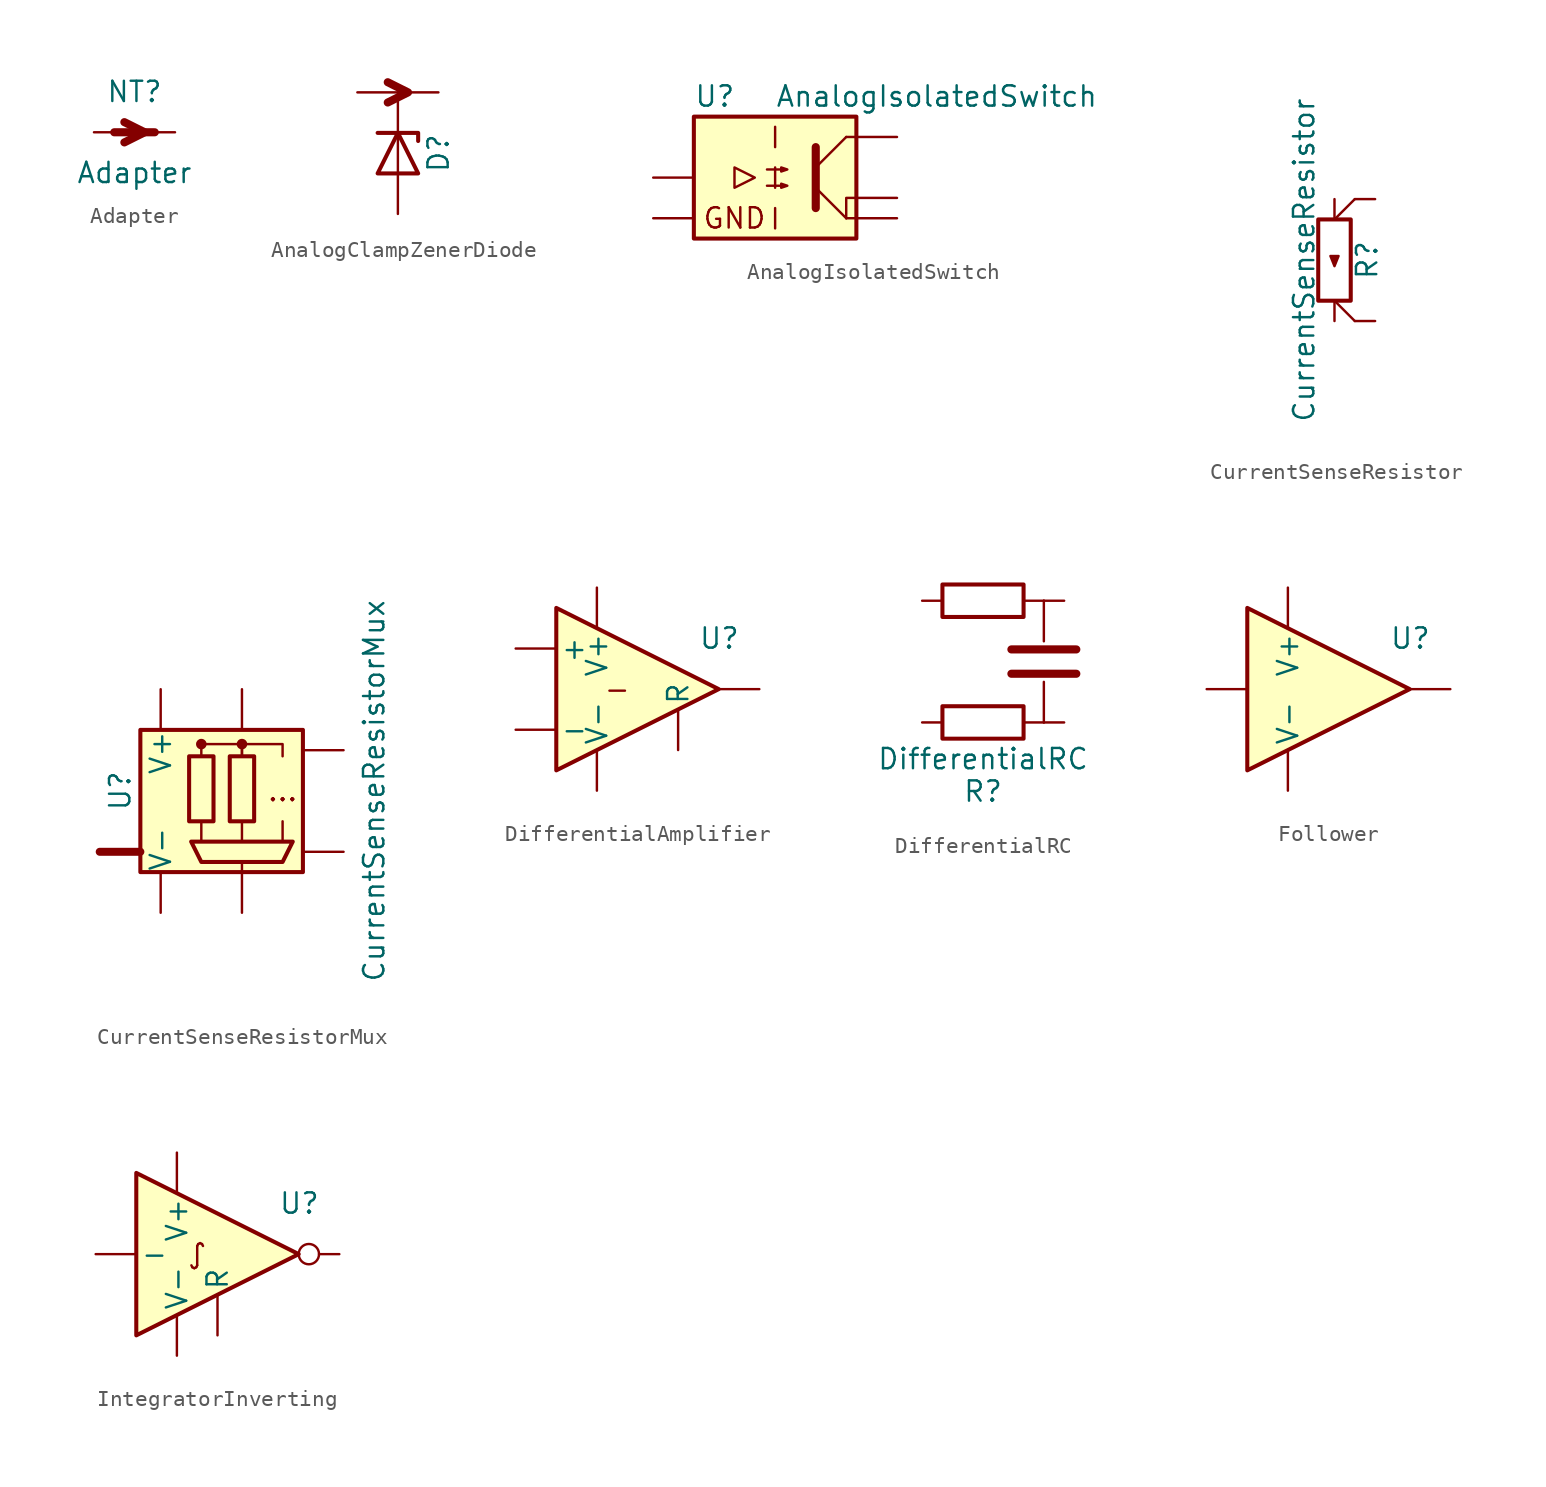
<source format=kicad_sym>
(kicad_symbol_lib
  (version 20231120)
  (generator "kicad_symbol_editor")
  (generator_version "8.0")
  (symbol "Adapter"
    (pin_numbers hide)
    (pin_names
      (offset 0) hide)
    (property "Reference" "NT"
      (at 0 2.54 0)
      (effects (font (size 1.27 1.27))))
    (property "Value" "Adapter"
      (at 0 -2.54 0)
      (effects (font (size 1.27 1.27))))
    (symbol "Adapter_0_1"
      (polyline (pts (xy -1.27 0) (xy 1.27 0)) (stroke (width 0.508) (type default)) (fill (type none)))
      (polyline (pts (xy -0.635 0.635) (xy 0.635 0) (xy -0.635 -0.635)) (stroke (width 0.508) (type default)) (fill (type none))))
    (symbol "Adapter_1_1"
      (pin passive line (at -2.54 0 0) (length 2.54) (name "~" (effects (font (size 1.27 1.27)))) (number "1" (effects (font (size 1.27 1.27)))))
      (pin passive line (at 2.54 0 180) (length 2.54) (name "" (effects (font (size 1.27 1.27)))) (number "2" (effects (font (size 1.27 1.27)))))))
  (symbol "AnalogClampZenerDiode"
    (pin_numbers hide)
    (pin_names
      (offset 1.016) hide)
    (property "Reference" "D"
      (at 2.54 0 90)
      (effects (font (size 1.27 1.27))))
    (property "Value" ""
      (at -2.54 0 90)
      (effects (font (size 1.27 1.27))))
    (symbol "AnalogClampZenerDiode_0_1"
      (polyline (pts (xy 0 -1.27) (xy 0 1.27)) (stroke (width 0) (type default)) (fill (type none)))
      (polyline (pts (xy 0 1.27) (xy 0 3.81)) (stroke (width 0) (type default)) (fill (type none)))
      (polyline (pts (xy -1.27 1.27) (xy 1.27 1.27) (xy 1.27 0.762)) (stroke (width 0.254) (type default)) (fill (type none)))
      (polyline (pts (xy -0.635 4.445) (xy 0.635 3.81) (xy -0.635 3.175)) (stroke (width 0.508) (type default)) (fill (type none)))
      (polyline (pts (xy -1.27 -1.27) (xy 1.27 -1.27) (xy 0 1.27) (xy -1.27 -1.27)) (stroke (width 0.254) (type default)) (fill (type none))))
    (symbol "AnalogClampZenerDiode_1_1"
      (pin passive line (at -2.54 3.81 0) (length 2.54) (name "IN" (effects (font (size 1.27 1.27)))) (number "1" (effects (font (size 1.27 1.27)))))
      (pin passive line (at 2.54 3.81 180) (length 2.54) (name "OUT" (effects (font (size 1.27 1.27)))) (number "2" (effects (font (size 1.27 1.27)))))
      (pin passive line (at 0 -3.81 90) (length 2.54) (name "GND" (effects (font (size 1.27 1.27)))) (number "3" (effects (font (size 1.27 1.27)))))))
  (symbol "AnalogIsolatedSwitch"
    (pin_numbers hide)
    (pin_names hide)
    (property "Reference" "U"
      (at -5.08 5.08 0)
      (effects (font (size 1.27 1.27)) (justify left)))
    (property "Value" "AnalogIsolatedSwitch"
      (at 0 5.08 0)
      (effects (font (size 1.27 1.27)) (justify left)))
    (symbol "AnalogIsolatedSwitch_0_0"
      (text "GND" (at -2.54 -2.54 0) (effects (font (size 1.27 1.27)))))
    (symbol "AnalogIsolatedSwitch_0_1"
      (rectangle (start -5.08 3.81) (end 5.08 -3.81) (stroke (width 0.254) (type default)) (fill (type background)))
      (polyline (pts (xy 0 -1.905) (xy 0 -3.175)) (stroke (width 0) (type default)) (fill (type none)))
      (polyline (pts (xy 0 0.635) (xy 0 -0.635)) (stroke (width 0) (type default)) (fill (type none)))
      (polyline (pts (xy 0 3.175) (xy 0 1.905)) (stroke (width 0) (type default)) (fill (type none)))
      (polyline (pts (xy 2.54 0.635) (xy 4.445 2.54)) (stroke (width 0) (type default)) (fill (type none)))
      (polyline (pts (xy 4.445 -2.54) (xy 2.54 -0.635)) (stroke (width 0) (type default)) (fill (type outline)))
      (polyline (pts (xy 4.445 -2.54) (xy 5.08 -2.54)) (stroke (width 0) (type default)) (fill (type none)))
      (polyline (pts (xy 4.445 2.54) (xy 5.08 2.54)) (stroke (width 0) (type default)) (fill (type none)))
      (polyline (pts (xy 2.54 1.905) (xy 2.54 -1.905) (xy 2.54 -1.905)) (stroke (width 0.508) (type default)) (fill (type none)))
      (polyline (pts (xy 4.445 -2.54) (xy 4.445 -1.27) (xy 5.08 -1.27)) (stroke (width 0) (type default)) (fill (type none)))
      (polyline (pts (xy -2.54 0.635) (xy -2.54 -0.635) (xy -1.27 0) (xy -2.54 0.635)) (stroke (width 0) (type default)) (fill (type none)))
      (polyline (pts (xy -0.508 -0.508) (xy 0.762 -0.508) (xy 0.381 -0.635) (xy 0.381 -0.381) (xy 0.762 -0.508)) (stroke (width 0) (type default)) (fill (type none)))
      (polyline (pts (xy -0.508 0.508) (xy 0.762 0.508) (xy 0.381 0.381) (xy 0.381 0.635) (xy 0.762 0.508)) (stroke (width 0) (type default)) (fill (type none))))
    (symbol "AnalogIsolatedSwitch_1_1"
      (pin passive line (at -7.62 0 0) (length 2.54) (name "in" (effects (font (size 1.27 1.27)))) (number "1" (effects (font (size 1.27 1.27)))))
      (pin passive line (at -7.62 -2.54 0) (length 2.54) (name "gnd" (effects (font (size 1.27 1.27)))) (number "2" (effects (font (size 1.27 1.27)))))
      (pin passive line (at 7.62 -2.54 180) (length 2.54) (name "aout" (effects (font (size 1.27 1.27)))) (number "3" (effects (font (size 1.27 1.27)))))
      (pin passive line (at 7.62 2.54 180) (length 2.54) (name "ain" (effects (font (size 1.27 1.27)))) (number "4" (effects (font (size 1.27 1.27)))))
      (pin passive line (at 7.62 -1.27 180) (length 2.54) (name "apull" (effects (font (size 1.27 1.27)))) (number "5" (effects (font (size 1.27 1.27)))))))
  (symbol "CurrentSenseResistor"
    (pin_numbers hide)
    (pin_names
      (offset 0) hide)
    (property "Reference" "R"
      (at 2.032 0 90)
      (effects (font (size 1.27 1.27))))
    (property "Value" "CurrentSenseResistor"
      (at -1.905 0 90)
      (effects (font (size 1.27 1.27))))
    (symbol "CurrentSenseResistor_0_1"
      (rectangle (start -1.016 2.54) (end 1.016 -2.54) (stroke (width 0.254) (type default)) (fill (type none)))
      (polyline (pts (xy 0 -2.54) (xy 1.27 -3.81)) (stroke (width 0) (type default)) (fill (type none)))
      (polyline (pts (xy 0 2.54) (xy 1.27 3.81)) (stroke (width 0) (type default)) (fill (type none))))
    (symbol "CurrentSenseResistor_1_1"
      (polyline (pts (xy 0.254 0.254) (xy -0.254 0.254) (xy 0 -0.381) (xy 0.254 0.254)) (stroke (width 0) (type default)) (fill (type outline)))
      (pin passive line (at 0 3.81 270) (length 1.27) (name "~" (effects (font (size 1.27 1.27)))) (number "1" (effects (font (size 1.27 1.27)))))
      (pin passive line (at 0 -3.81 90) (length 1.27) (name "~" (effects (font (size 1.27 1.27)))) (number "2" (effects (font (size 1.27 1.27)))))
      (pin passive line (at 2.54 3.81 180) (length 1.27) (name "sense_in" (effects (font (size 1.27 1.27)))) (number "3" (effects (font (size 1.27 1.27)))))
      (pin passive line (at 2.54 -3.81 180) (length 1.27) (name "sense_out" (effects (font (size 1.27 1.27)))) (number "4" (effects (font (size 1.27 1.27)))))))
  (symbol "CurrentSenseResistorMux"
    (pin_numbers hide)
    (pin_names
      (offset 0.002))
    (property "Reference" "U"
      (at -6.35 0 90)
      (effects (font (size 1.27 1.27))))
    (property "Value" "CurrentSenseResistorMux"
      (at 9.525 0 90)
      (effects (font (size 1.27 1.27))))
    (symbol "CurrentSenseResistorMux_0_0"
      (text "..." (at 3.81 0 0) (effects (font (size 1.27 1.27)))))
    (symbol "CurrentSenseResistorMux_0_1"
      (rectangle (start -5.08 3.81) (end 5.08 -5.08) (stroke (width 0.254) (type default)) (fill (type background)))
      (rectangle (start -2.032 2.159) (end -0.508 -1.905) (stroke (width 0.254) (type default)) (fill (type none)))
      (circle (center -1.27 2.921) (radius 0.254) (stroke (width 0) (type default)) (fill (type outline)))
      (polyline (pts (xy -5.08 -3.81) (xy -7.62 -3.81)) (stroke (width 0.5) (type default)) (fill (type none)))
      (polyline (pts (xy -1.27 -1.905) (xy -1.27 -3.175)) (stroke (width 0) (type default)) (fill (type none)))
      (polyline (pts (xy 1.27 -5.08) (xy 1.27 -4.445)) (stroke (width 0) (type default)) (fill (type none)))
      (polyline (pts (xy 1.27 -1.905) (xy 1.27 -3.175)) (stroke (width 0) (type default)) (fill (type none)))
      (polyline (pts (xy 3.81 -1.905) (xy 3.81 -3.175)) (stroke (width 0) (type default)) (fill (type none)))
      (polyline (pts (xy -1.27 2.159) (xy -1.27 2.921) (xy 1.27 2.921) (xy 1.27 2.159)) (stroke (width 0) (type default)) (fill (type none)))
      (polyline (pts (xy 1.27 2.159) (xy 1.27 2.921) (xy 3.81 2.921) (xy 3.81 2.159)) (stroke (width 0) (type default)) (fill (type none)))
      (polyline (pts (xy -1.27 -4.445) (xy 3.81 -4.445) (xy 4.445 -3.175) (xy -1.905 -3.175) (xy -1.27 -4.445)) (stroke (width 0.254) (type default)) (fill (type none)))
      (rectangle (start 0.508 2.159) (end 2.032 -1.905) (stroke (width 0.254) (type default)) (fill (type none)))
      (circle (center 1.27 2.921) (radius 0.254) (stroke (width 0) (type default)) (fill (type outline))))
    (symbol "CurrentSenseResistorMux_1_1"
      (pin passive line (at -3.81 6.35 270) (length 2.54) (name "V+" (effects (font (size 1.27 1.27)))) (number "" (effects (font (size 1.27 1.27)))))
      (pin passive line (at -3.81 -7.62 90) (length 2.54) (name "V-" (effects (font (size 1.27 1.27)))) (number "" (effects (font (size 1.27 1.27)))))
      (pin passive line (at 1.27 6.35 270) (length 2.54) (name "" (effects (font (size 1.27 1.27)))) (number "com" (effects (font (size 1.27 1.27)))))
      (pin passive line (at -7.62 -3.81 0) (length 2.54) (name "" (effects (font (size 1.27 1.27)))) (number "control" (effects (font (size 1.27 1.27)))))
      (pin passive line (at 7.62 2.54 180) (length 2.54) (name "" (effects (font (size 1.27 1.27)))) (number "sen_com" (effects (font (size 1.27 1.27)))))
      (pin passive line (at 7.62 -3.81 180) (length 2.54) (name "" (effects (font (size 1.27 1.27)))) (number "sen_sw" (effects (font (size 1.27 1.27)))))
      (pin passive line (at 1.27 -7.62 90) (length 2.54) (name "" (effects (font (size 1.27 1.27)))) (number "sw" (effects (font (size 1.27 1.27)))))))
  (symbol "DifferentialAmplifier"
    (pin_numbers hide)
    (pin_names
      (offset 0.254))
    (property "Reference" "U"
      (at 3.81 3.175 0)
      (effects (font (size 1.27 1.27)) (justify left)))
    (symbol "DifferentialAmplifier_0_0"
      (text "-" (at -1.27 0 0) (effects (font (size 1.27 1.27)))))
    (symbol "DifferentialAmplifier_0_1"
      (polyline (pts (xy 5.08 0) (xy -5.08 5.08) (xy -5.08 -5.08) (xy 5.08 0)) (stroke (width 0.254) (type default)) (fill (type background))))
    (symbol "DifferentialAmplifier_1_1"
      (pin input line (at -7.62 2.54 0) (length 2.54) (name "+" (effects (font (size 1.27 1.27)))) (number "1" (effects (font (size 1.27 1.27)))))
      (pin input line (at -7.62 -2.54 0) (length 2.54) (name "-" (effects (font (size 1.27 1.27)))) (number "2" (effects (font (size 1.27 1.27)))))
      (pin output line (at 7.62 0 180) (length 2.54) (name "~" (effects (font (size 1.27 1.27)))) (number "3" (effects (font (size 1.27 1.27)))))
      (pin power_in line (at -2.54 6.35 270) (length 2.54) (name "V+" (effects (font (size 1.27 1.27)))) (number "4" (effects (font (size 1.27 1.27)))))
      (pin power_in line (at -2.54 -6.35 90) (length 2.54) (name "V-" (effects (font (size 1.27 1.27)))) (number "5" (effects (font (size 1.27 1.27)))))
      (pin input line (at 2.54 -3.81 90) (length 2.54) (name "R" (effects (font (size 1.27 1.27)))) (number "6" (effects (font (size 1.27 1.27)))))))
  (symbol "DifferentialRC"
    (pin_numbers hide)
    (pin_names
      (offset 0))
    (property "Reference" "R"
      (at 0 -8.128 0)
      (effects (font (size 1.27 1.27))))
    (property "Value" "DifferentialRC"
      (at 0 -6.096 0)
      (effects (font (size 1.27 1.27))))
    (symbol "DifferentialRC_0_0"
      (polyline (pts (xy 2.54 3.81) (xy 3.81 3.81)) (stroke (width 0) (type default)) (fill (type none)))
      (polyline (pts (xy 3.81 -3.81) (xy 2.54 -3.81)) (stroke (width 0) (type default)) (fill (type none))))
    (symbol "DifferentialRC_0_1"
      (polyline (pts (xy 1.778 -0.762) (xy 5.842 -0.762)) (stroke (width 0.508) (type default)) (fill (type none)))
      (polyline (pts (xy 1.778 0.762) (xy 5.842 0.762)) (stroke (width 0.508) (type default)) (fill (type none)))
      (rectangle (start 2.54 -4.826) (end -2.54 -2.794) (stroke (width 0.254) (type default)) (fill (type none)))
      (rectangle (start 2.54 2.794) (end -2.54 4.826) (stroke (width 0.254) (type default)) (fill (type none))))
    (symbol "DifferentialRC_1_1"
      (polyline (pts (xy 3.81 -1.27) (xy 3.81 -3.81)) (stroke (width 0) (type default)) (fill (type none)))
      (polyline (pts (xy 3.81 3.81) (xy 3.81 1.27)) (stroke (width 0) (type default)) (fill (type none)))
      (pin passive line (at -3.81 3.81 0) (length 1.27) (name "~" (effects (font (size 1.27 1.27)))) (number "1" (effects (font (size 1.27 1.27)))))
      (pin passive line (at -3.81 -3.81 0) (length 1.27) (name "~" (effects (font (size 1.27 1.27)))) (number "2" (effects (font (size 1.27 1.27)))))
      (pin passive line (at 5.08 3.81 180) (length 1.27) (name "~" (effects (font (size 1.27 1.27)))) (number "3" (effects (font (size 1.27 1.27)))))
      (pin passive line (at 5.08 -3.81 180) (length 1.27) (name "~" (effects (font (size 1.27 1.27)))) (number "4" (effects (font (size 1.27 1.27)))))))
  (symbol "Follower"
    (pin_numbers hide)
    (pin_names
      (offset 0.254))
    (property "Reference" "U"
      (at 3.81 3.175 0)
      (effects (font (size 1.27 1.27)) (justify left)))
    (symbol "Follower_0_1"
      (polyline (pts (xy 5.08 0) (xy -5.08 5.08) (xy -5.08 -5.08) (xy 5.08 0)) (stroke (width 0.254) (type default)) (fill (type background))))
    (symbol "Follower_1_1"
      (pin input line (at -7.62 0 0) (length 2.54) (name "" (effects (font (size 1.27 1.27)))) (number "1" (effects (font (size 1.27 1.27)))))
      (pin output line (at 7.62 0 180) (length 2.54) (name "~" (effects (font (size 1.27 1.27)))) (number "3" (effects (font (size 1.27 1.27)))))
      (pin power_in line (at -2.54 6.35 270) (length 2.54) (name "V+" (effects (font (size 1.27 1.27)))) (number "4" (effects (font (size 1.27 1.27)))))
      (pin power_in line (at -2.54 -6.35 90) (length 2.54) (name "V-" (effects (font (size 1.27 1.27)))) (number "5" (effects (font (size 1.27 1.27)))))))
  (symbol "IntegratorInverting"
    (pin_numbers hide)
    (pin_names
      (offset 0.254))
    (property "Reference" "U"
      (at 3.81 3.175 0)
      (effects (font (size 1.27 1.27)) (justify left)))
    (symbol "IntegratorInverting_0_0"
      (text "∫" (at -1.27 0 0) (effects (font (size 1.27 1.27)))))
    (symbol "IntegratorInverting_0_1"
      (polyline (pts (xy 5.08 0) (xy -5.08 5.08) (xy -5.08 -5.08) (xy 5.08 0)) (stroke (width 0.254) (type default)) (fill (type background))))
    (symbol "IntegratorInverting_1_1"
      (pin input line (at -7.62 0 0) (length 2.54) (name "-" (effects (font (size 1.27 1.27)))) (number "1" (effects (font (size 1.27 1.27)))))
      (pin input line (at 0 -5.08 90) (length 2.54) (name "R" (effects (font (size 1.27 1.27)))) (number "2" (effects (font (size 1.27 1.27)))))
      (pin output inverted (at 7.62 0 180) (length 2.54) (name "~" (effects (font (size 1.27 1.27)))) (number "3" (effects (font (size 1.27 1.27)))))
      (pin power_in line (at -2.54 6.35 270) (length 2.54) (name "V+" (effects (font (size 1.27 1.27)))) (number "4" (effects (font (size 1.27 1.27)))))
      (pin power_in line (at -2.54 -6.35 90) (length 2.54) (name "V-" (effects (font (size 1.27 1.27)))) (number "5" (effects (font (size 1.27 1.27))))))))
</source>
